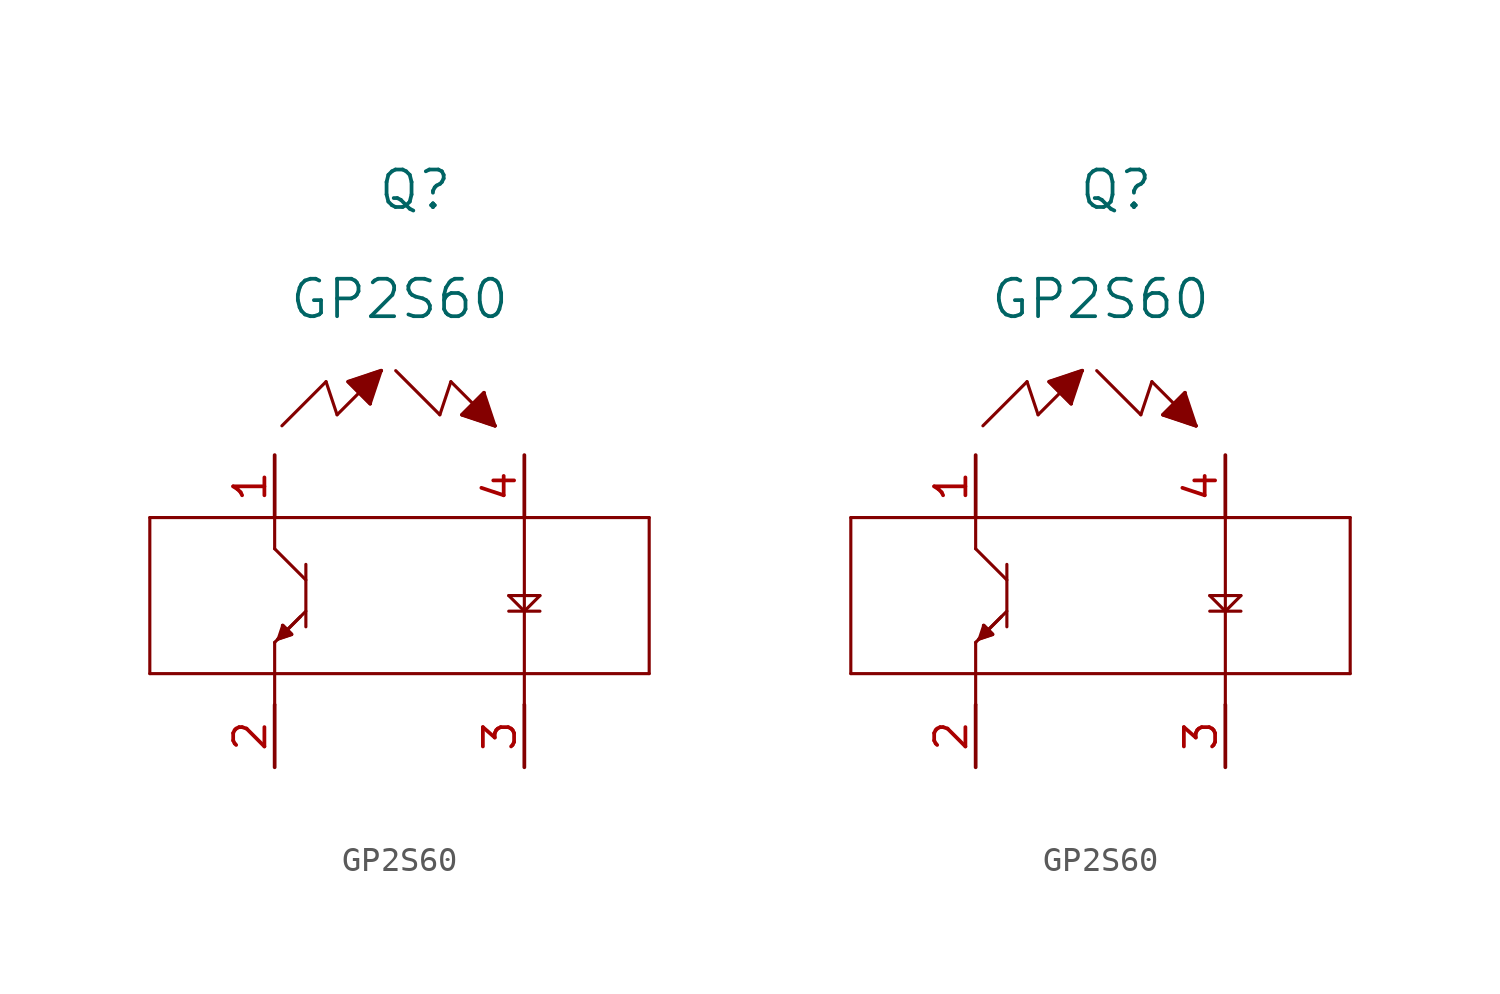
<source format=kicad_sym>
(kicad_symbol_lib
  (version 20211014)
  (generator kicad_symbol_editor)
  (symbol "GP2S60"
    (pin_names
      (offset 0.254))
    (property "Reference" "Q"
      (at 5.715 10.795 0)
      (effects (font (size 1.524 1.524))))
    (property "Value" "GP2S60"
      (at 5.08 6.35 0)
      (effects (font (size 1.524 1.524))))
    (symbol "GP2S60_1_1"
      (polyline (pts (xy 0 -2.54) (xy 0 -3.81)) (stroke (width 0.127) (type default) (color 0 0 0 0)) (fill (type none)))
      (polyline (pts (xy 0 -7.62) (xy 0 -8.89)) (stroke (width 0.127) (type default) (color 0 0 0 0)) (fill (type none)))
      (polyline (pts (xy 0 -3.81) (xy 1.27 -5.08)) (stroke (width 0.127) (type default) (color 0 0 0 0)) (fill (type none)))
      (polyline (pts (xy 0 -7.62) (xy 1.27 -6.35)) (stroke (width 0.127) (type default) (color 0 0 0 0)) (fill (type none)))
      (polyline (pts (xy 1.27 -4.445) (xy 1.27 -6.985)) (stroke (width 0.127) (type default) (color 0 0 0 0)) (fill (type none)))
      (polyline (pts (xy 1.047 -6.573) (xy 0.149 -7.471)) (stroke (width 0.127) (type default) (color 0 0 0 0)) (fill (type none)))
      (polyline (pts (xy 0.328 -6.932) (xy 0.149 -7.471)) (stroke (width 0.127) (type default) (color 0 0 0 0)) (fill (type none)))
      (polyline (pts (xy 0.149 -7.471) (xy 0.688 -7.292)) (stroke (width 0.127) (type default) (color 0 0 0 0)) (fill (type none)))
      (polyline (pts (xy 0.328 -6.932) (xy 0.688 -7.292)) (stroke (width 0.127) (type default) (color 0 0 0 0)) (fill (type none)))
      (polyline (pts (xy 10.16 -2.54) (xy 10.16 -8.89)) (stroke (width 0.127) (type default) (color 0 0 0 0)) (fill (type none)))
      (polyline (pts (xy 9.525 -6.35) (xy 10.795 -6.35)) (stroke (width 0.127) (type default) (color 0 0 0 0)) (fill (type none)))
      (polyline (pts (xy 9.525 -5.715) (xy 10.16 -6.35)) (stroke (width 0.127) (type default) (color 0 0 0 0)) (fill (type none)))
      (polyline (pts (xy 10.16 -6.35) (xy 10.795 -5.715)) (stroke (width 0.127) (type default) (color 0 0 0 0)) (fill (type none)))
      (polyline (pts (xy 10.795 -5.715) (xy 9.525 -5.715)) (stroke (width 0.127) (type default) (color 0 0 0 0)) (fill (type none)))
      (polyline (pts (xy -5.08 -2.54) (xy 15.24 -2.54)) (stroke (width 0.127) (type default) (color 0 0 0 0)) (fill (type none)))
      (polyline (pts (xy -5.08 -8.89) (xy 15.24 -8.89)) (stroke (width 0.127) (type default) (color 0 0 0 0)) (fill (type none)))
      (polyline (pts (xy 15.24 -2.54) (xy 15.24 -8.89)) (stroke (width 0.127) (type default) (color 0 0 0 0)) (fill (type none)))
      (polyline (pts (xy -5.08 -2.54) (xy -5.08 -8.89)) (stroke (width 0.127) (type default) (color 0 0 0 0)) (fill (type none)))
      (polyline (pts (xy 0.295 1.193) (xy 2.091 2.989)) (stroke (width 0.127) (type default) (color 0 0 0 0)) (fill (type none)))
      (polyline (pts (xy 2.091 2.989) (xy 2.54 1.642)) (stroke (width 0.127) (type default) (color 0 0 0 0)) (fill (type none)))
      (polyline (pts (xy 2.54 1.642) (xy 4.336 3.438)) (stroke (width 0.127) (type default) (color 0 0 0 0)) (fill (type none)))
      (polyline (pts (xy 4.336 3.438) (xy 2.989 2.989)) (stroke (width 0.127) (type default) (color 0 0 0 0)) (fill (type none)))
      (polyline (pts (xy 2.989 2.989) (xy 3.887 2.091)) (stroke (width 0.127) (type default) (color 0 0 0 0)) (fill (type none)))
      (polyline (pts (xy 3.887 2.091) (xy 4.336 3.438)) (stroke (width 0.127) (type default) (color 0 0 0 0)) (fill (type none)))
      (polyline (pts (xy 4.926 3.438) (xy 6.722 1.642)) (stroke (width 0.127) (type default) (color 0 0 0 0)) (fill (type none)))
      (polyline (pts (xy 6.722 1.642) (xy 7.171 2.989)) (stroke (width 0.127) (type default) (color 0 0 0 0)) (fill (type none)))
      (polyline (pts (xy 7.171 2.989) (xy 8.967 1.193)) (stroke (width 0.127) (type default) (color 0 0 0 0)) (fill (type none)))
      (polyline (pts (xy 8.967 1.193) (xy 7.62 1.642)) (stroke (width 0.127) (type default) (color 0 0 0 0)) (fill (type none)))
      (polyline (pts (xy 7.62 1.642) (xy 8.518 2.54)) (stroke (width 0.127) (type default) (color 0 0 0 0)) (fill (type none)))
      (polyline (pts (xy 8.518 2.54) (xy 8.967 1.193)) (stroke (width 0.127) (type default) (color 0 0 0 0)) (fill (type none)))
      (polyline (pts (xy 0.328 -6.932) (xy 0.688 -7.292) (xy 0.149 -7.471)) (stroke (width 0) (type default) (color 0 0 0 0)) (fill (type outline)))
      (polyline (pts (xy 4.336 3.438) (xy 2.989 2.989) (xy 3.887 2.091)) (stroke (width 0) (type default) (color 0 0 0 0)) (fill (type outline)))
      (polyline (pts (xy 8.967 1.193) (xy 7.62 1.642) (xy 8.518 2.54)) (stroke (width 0) (type default) (color 0 0 0 0)) (fill (type outline)))
      (polyline (pts (xy 0 -10.16) (xy 0 -8.89)) (stroke (width 0.127) (type default) (color 0 0 0 0)) (fill (type none)))
      (polyline (pts (xy 10.16 -10.16) (xy 10.16 -8.89)) (stroke (width 0.127) (type default) (color 0 0 0 0)) (fill (type none)))
      (pin unspecified line (at 0 -12.7 90) (length 2.54) (name "" (effects (font (size 1.27 1.27)))) (number "2" (effects (font (size 1.27 1.27)))))
      (pin unspecified line (at 0 0 270) (length 2.54) (name "" (effects (font (size 1.27 1.27)))) (number "1" (effects (font (size 1.27 1.27)))))
      (pin unspecified line (at 10.16 -12.7 90) (length 2.54) (name "" (effects (font (size 1.27 1.27)))) (number "3" (effects (font (size 1.27 1.27)))))
      (pin unspecified line (at 10.16 0 270) (length 2.54) (name "" (effects (font (size 1.27 1.27)))) (number "4" (effects (font (size 1.27 1.27))))))
    (symbol "GP2S60_1_2"
      (polyline (pts (xy 0 -2.54) (xy 0 -3.81)) (stroke (width 0.127) (type default) (color 0 0 0 0)) (fill (type none)))
      (polyline (pts (xy 0 -7.62) (xy 0 -8.89)) (stroke (width 0.127) (type default) (color 0 0 0 0)) (fill (type none)))
      (polyline (pts (xy 0 -3.81) (xy 1.27 -5.08)) (stroke (width 0.127) (type default) (color 0 0 0 0)) (fill (type none)))
      (polyline (pts (xy 0 -7.62) (xy 1.27 -6.35)) (stroke (width 0.127) (type default) (color 0 0 0 0)) (fill (type none)))
      (polyline (pts (xy 1.27 -4.445) (xy 1.27 -6.985)) (stroke (width 0.127) (type default) (color 0 0 0 0)) (fill (type none)))
      (polyline (pts (xy 1.047 -6.573) (xy 0.149 -7.471)) (stroke (width 0.127) (type default) (color 0 0 0 0)) (fill (type none)))
      (polyline (pts (xy 0.328 -6.932) (xy 0.149 -7.471)) (stroke (width 0.127) (type default) (color 0 0 0 0)) (fill (type none)))
      (polyline (pts (xy 0.149 -7.471) (xy 0.688 -7.292)) (stroke (width 0.127) (type default) (color 0 0 0 0)) (fill (type none)))
      (polyline (pts (xy 0.328 -6.932) (xy 0.688 -7.292)) (stroke (width 0.127) (type default) (color 0 0 0 0)) (fill (type none)))
      (polyline (pts (xy 10.16 -2.54) (xy 10.16 -8.89)) (stroke (width 0.127) (type default) (color 0 0 0 0)) (fill (type none)))
      (polyline (pts (xy 9.525 -6.35) (xy 10.795 -6.35)) (stroke (width 0.127) (type default) (color 0 0 0 0)) (fill (type none)))
      (polyline (pts (xy 9.525 -5.715) (xy 10.16 -6.35)) (stroke (width 0.127) (type default) (color 0 0 0 0)) (fill (type none)))
      (polyline (pts (xy 10.16 -6.35) (xy 10.795 -5.715)) (stroke (width 0.127) (type default) (color 0 0 0 0)) (fill (type none)))
      (polyline (pts (xy 10.795 -5.715) (xy 9.525 -5.715)) (stroke (width 0.127) (type default) (color 0 0 0 0)) (fill (type none)))
      (polyline (pts (xy -5.08 -2.54) (xy 15.24 -2.54)) (stroke (width 0.127) (type default) (color 0 0 0 0)) (fill (type none)))
      (polyline (pts (xy -5.08 -8.89) (xy 15.24 -8.89)) (stroke (width 0.127) (type default) (color 0 0 0 0)) (fill (type none)))
      (polyline (pts (xy 15.24 -2.54) (xy 15.24 -8.89)) (stroke (width 0.127) (type default) (color 0 0 0 0)) (fill (type none)))
      (polyline (pts (xy -5.08 -2.54) (xy -5.08 -8.89)) (stroke (width 0.127) (type default) (color 0 0 0 0)) (fill (type none)))
      (polyline (pts (xy 0.295 1.193) (xy 2.091 2.989)) (stroke (width 0.127) (type default) (color 0 0 0 0)) (fill (type none)))
      (polyline (pts (xy 2.091 2.989) (xy 2.54 1.642)) (stroke (width 0.127) (type default) (color 0 0 0 0)) (fill (type none)))
      (polyline (pts (xy 2.54 1.642) (xy 4.336 3.438)) (stroke (width 0.127) (type default) (color 0 0 0 0)) (fill (type none)))
      (polyline (pts (xy 4.336 3.438) (xy 2.989 2.989)) (stroke (width 0.127) (type default) (color 0 0 0 0)) (fill (type none)))
      (polyline (pts (xy 2.989 2.989) (xy 3.887 2.091)) (stroke (width 0.127) (type default) (color 0 0 0 0)) (fill (type none)))
      (polyline (pts (xy 3.887 2.091) (xy 4.336 3.438)) (stroke (width 0.127) (type default) (color 0 0 0 0)) (fill (type none)))
      (polyline (pts (xy 4.926 3.438) (xy 6.722 1.642)) (stroke (width 0.127) (type default) (color 0 0 0 0)) (fill (type none)))
      (polyline (pts (xy 6.722 1.642) (xy 7.171 2.989)) (stroke (width 0.127) (type default) (color 0 0 0 0)) (fill (type none)))
      (polyline (pts (xy 7.171 2.989) (xy 8.967 1.193)) (stroke (width 0.127) (type default) (color 0 0 0 0)) (fill (type none)))
      (polyline (pts (xy 8.967 1.193) (xy 7.62 1.642)) (stroke (width 0.127) (type default) (color 0 0 0 0)) (fill (type none)))
      (polyline (pts (xy 7.62 1.642) (xy 8.518 2.54)) (stroke (width 0.127) (type default) (color 0 0 0 0)) (fill (type none)))
      (polyline (pts (xy 8.518 2.54) (xy 8.967 1.193)) (stroke (width 0.127) (type default) (color 0 0 0 0)) (fill (type none)))
      (polyline (pts (xy 0.328 -6.932) (xy 0.688 -7.292) (xy 0.149 -7.471)) (stroke (width 0) (type default) (color 0 0 0 0)) (fill (type outline)))
      (polyline (pts (xy 4.336 3.438) (xy 2.989 2.989) (xy 3.887 2.091)) (stroke (width 0) (type default) (color 0 0 0 0)) (fill (type outline)))
      (polyline (pts (xy 8.967 1.193) (xy 7.62 1.642) (xy 8.518 2.54)) (stroke (width 0) (type default) (color 0 0 0 0)) (fill (type outline)))
      (polyline (pts (xy 0 -10.16) (xy 0 -8.89)) (stroke (width 0.127) (type default) (color 0 0 0 0)) (fill (type none)))
      (polyline (pts (xy 10.16 -10.16) (xy 10.16 -8.89)) (stroke (width 0.127) (type default) (color 0 0 0 0)) (fill (type none)))
      (pin unspecified line (at 0 -12.7 90) (length 2.54) (name "" (effects (font (size 1.27 1.27)))) (number "2" (effects (font (size 1.27 1.27)))))
      (pin unspecified line (at 0 0 270) (length 2.54) (name "" (effects (font (size 1.27 1.27)))) (number "1" (effects (font (size 1.27 1.27)))))
      (pin unspecified line (at 10.16 -12.7 90) (length 2.54) (name "" (effects (font (size 1.27 1.27)))) (number "3" (effects (font (size 1.27 1.27)))))
      (pin unspecified line (at 10.16 0 270) (length 2.54) (name "" (effects (font (size 1.27 1.27)))) (number "4" (effects (font (size 1.27 1.27))))))))
</source>
